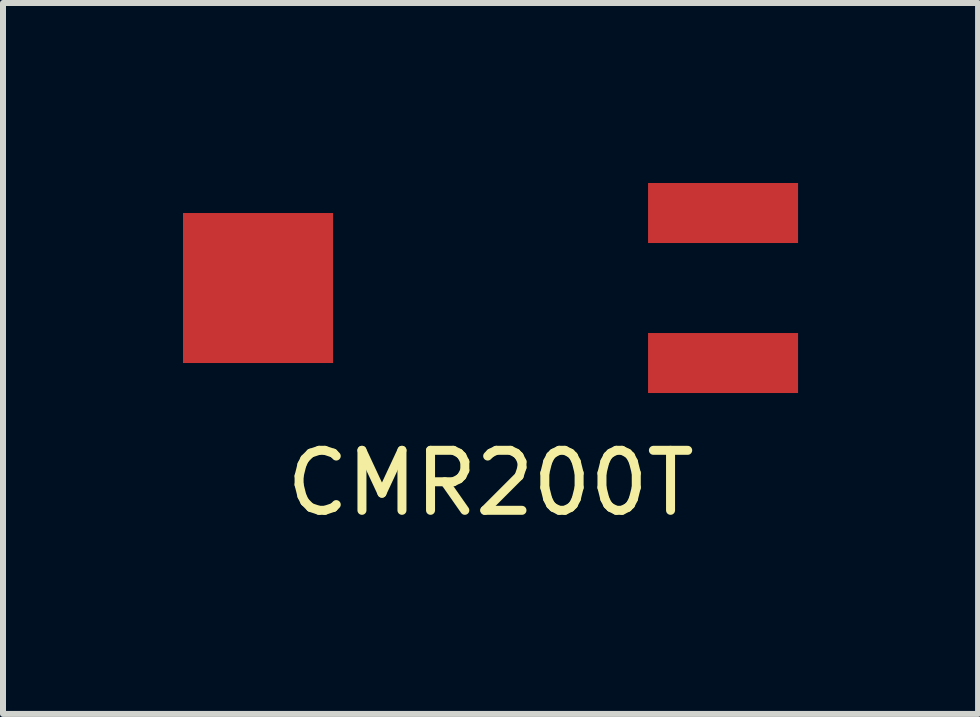
<source format=kicad_pcb>
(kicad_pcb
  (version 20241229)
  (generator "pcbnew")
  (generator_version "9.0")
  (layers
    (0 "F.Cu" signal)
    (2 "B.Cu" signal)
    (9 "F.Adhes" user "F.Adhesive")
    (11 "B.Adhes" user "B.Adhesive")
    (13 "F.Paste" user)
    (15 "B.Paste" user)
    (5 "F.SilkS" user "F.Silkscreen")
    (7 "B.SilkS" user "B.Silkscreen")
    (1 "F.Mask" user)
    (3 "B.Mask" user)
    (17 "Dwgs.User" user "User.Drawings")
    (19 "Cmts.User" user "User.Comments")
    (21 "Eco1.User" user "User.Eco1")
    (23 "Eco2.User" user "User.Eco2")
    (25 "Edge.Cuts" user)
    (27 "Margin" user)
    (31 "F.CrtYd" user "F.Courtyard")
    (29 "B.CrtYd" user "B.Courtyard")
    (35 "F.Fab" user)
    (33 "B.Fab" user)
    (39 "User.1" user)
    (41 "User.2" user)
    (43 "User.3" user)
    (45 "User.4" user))
  (footprint "CMR200T"
    (layer "F.Cu")
    (at 5.125 1.75)
    (property "Reference" "CMR200T" (at 0 3.25 0) (layer "F.SilkS") (effects (font (size 1 1) (thickness 0.15))))
    (attr through_hole)
    (pad "1" smd rect (at 3.875 -1.25) (size 2.5 1) (layers "F.Cu" "F.Mask" "F.Paste"))
    (pad "2" smd rect (at 3.875 1.25) (size 2.5 1) (layers "F.Cu" "F.Mask" "F.Paste"))
    (pad "3" smd rect (at -3.875 0) (size 2.5 2.5) (layers "F.Cu" "F.Mask" "F.Paste")))
  (gr_rect
    (start -3 -3)
    (end 13.25 8.848)
    (stroke (width 0.1) (type default))
    (fill no)
    (layer "Edge.Cuts")))
</source>
